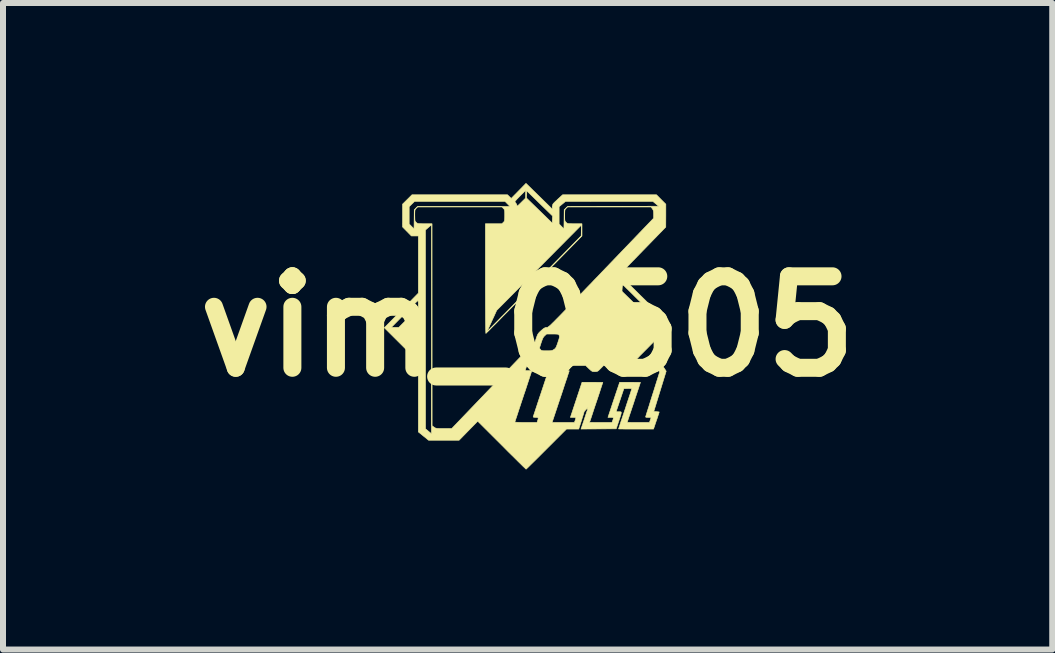
<source format=kicad_pcb>
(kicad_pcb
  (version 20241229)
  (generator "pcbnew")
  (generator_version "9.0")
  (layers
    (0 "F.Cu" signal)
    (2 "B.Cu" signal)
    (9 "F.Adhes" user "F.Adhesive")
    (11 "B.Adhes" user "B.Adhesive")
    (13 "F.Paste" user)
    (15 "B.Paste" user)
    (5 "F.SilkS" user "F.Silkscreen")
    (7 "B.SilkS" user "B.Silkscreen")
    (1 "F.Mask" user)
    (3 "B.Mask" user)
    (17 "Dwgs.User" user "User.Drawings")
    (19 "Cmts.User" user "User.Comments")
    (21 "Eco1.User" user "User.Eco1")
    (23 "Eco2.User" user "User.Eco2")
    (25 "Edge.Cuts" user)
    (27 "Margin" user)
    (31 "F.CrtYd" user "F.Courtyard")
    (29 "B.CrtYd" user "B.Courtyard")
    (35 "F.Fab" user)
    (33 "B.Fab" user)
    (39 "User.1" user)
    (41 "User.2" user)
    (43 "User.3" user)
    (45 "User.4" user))
  (footprint "vim_0505"
    (layer "F.Cu")
    (at 5.74 2.388)
    (property "Reference" "vim_0505" (at 0 0 0) (layer "F.SilkS") (effects (font (size 1.524 1.524) (thickness 0.3))))
    (attr through_hole)
    (fp_poly (pts (xy 0.411 -1.955) (xy 0.413 -1.997) (xy 0.415 -2.014) (xy 0.418 -2.028) (xy 0.425 -2.042) (xy 0.438 -2.057) (xy 0.459 -2.078) (xy 0.49 -2.106) (xy 0.5 -2.116) (xy 0.584 -2.193) (xy 2.147 -2.193) (xy 2.225 -2.114) (xy 2.303 -2.036) (xy 2.303 -1.846) (xy 2.302 -1.655) (xy 1.916 -1.258) (xy 1.53 -0.861) (xy 1.711 -0.682) (xy 1.761 -0.633) (xy 1.82 -0.575) (xy 1.885 -0.51) (xy 1.954 -0.443) (xy 2.023 -0.375) (xy 2.09 -0.309) (xy 2.137 -0.263) (xy 2.382 -0.024) (xy 2.048 0.31) (xy 1.987 0.372) (xy 1.929 0.43) (xy 1.876 0.483) (xy 1.83 0.531) (xy 1.79 0.571) (xy 1.759 0.604) (xy 1.737 0.627) (xy 1.725 0.641) (xy 1.723 0.643) (xy 1.733 0.638) (xy 1.751 0.623) (xy 1.773 0.602) (xy 1.778 0.597) (xy 1.824 0.55) (xy 2.002 0.551) (xy 2.18 0.551) (xy 2.309 0.746) (xy 2.102 1.418) (xy 2.147 1.421) (xy 2.172 1.423) (xy 2.189 1.425) (xy 2.193 1.426) (xy 2.19 1.435) (xy 2.183 1.457) (xy 2.172 1.49) (xy 2.159 1.531) (xy 2.145 1.57) (xy 2.098 1.71) (xy 1.807 1.71) (xy 1.738 1.71) (xy 1.676 1.71) (xy 1.621 1.71) (xy 1.575 1.709) (xy 1.541 1.709) (xy 1.521 1.708) (xy 1.516 1.708) (xy 1.518 1.7) (xy 1.526 1.677) (xy 1.537 1.642) (xy 1.552 1.596) (xy 1.571 1.54) (xy 1.592 1.477) (xy 1.615 1.408) (xy 1.626 1.376) (xy 1.649 1.304) (xy 1.671 1.238) (xy 1.691 1.178) (xy 1.708 1.127) (xy 1.721 1.086) (xy 1.73 1.057) (xy 1.735 1.041) (xy 1.736 1.039) (xy 1.728 1.036) (xy 1.707 1.035) (xy 1.678 1.034) (xy 1.67 1.035) (xy 1.604 1.037) (xy 1.539 1.23) (xy 1.474 1.422) (xy 1.52 1.422) (xy 1.538 1.422) (xy 1.55 1.423) (xy 1.558 1.426) (xy 1.561 1.434) (xy 1.559 1.449) (xy 1.553 1.474) (xy 1.542 1.509) (xy 1.526 1.557) (xy 1.516 1.587) (xy 1.476 1.706) (xy 1.183 1.708) (xy 0.89 1.71) (xy 0.949 1.535) (xy 0.966 1.483) (xy 0.981 1.438) (xy 0.994 1.4) (xy 1.002 1.372) (xy 1.007 1.357) (xy 1.008 1.355) (xy 1.002 1.358) (xy 0.988 1.371) (xy 0.974 1.384) (xy 0.955 1.404) (xy 0.943 1.42) (xy 0.94 1.426) (xy 0.938 1.437) (xy 0.931 1.461) (xy 0.92 1.495) (xy 0.907 1.537) (xy 0.896 1.573) (xy 0.852 1.71) (xy 0.648 1.71) (xy 0.313 2.045) (xy 0.251 2.107) (xy 0.193 2.165) (xy 0.139 2.219) (xy 0.091 2.266) (xy 0.049 2.307) (xy 0.016 2.34) (xy -0.008 2.363) (xy -0.022 2.376) (xy -0.025 2.379) (xy -0.032 2.373) (xy -0.049 2.356) (xy -0.077 2.33) (xy -0.113 2.294) (xy -0.158 2.25) (xy -0.209 2.199) (xy -0.267 2.142) (xy -0.33 2.08) (xy -0.396 2.013) (xy -0.43 1.979) (xy -0.816 1.594) (xy -0.212 1.594) (xy -0.204 1.596) (xy -0.181 1.597) (xy -0.146 1.599) (xy -0.102 1.6) (xy -0.051 1.6) (xy -0.027 1.6) (xy 0.158 1.6) (xy 0.408 1.6) (xy 0.779 1.6) (xy 0.788 1.579) (xy 0.799 1.547) (xy 0.803 1.529) (xy 0.797 1.519) (xy 0.781 1.516) (xy 0.759 1.516) (xy 0.713 1.516) (xy 0.907 0.931) (xy 1.08 0.931) (xy 1.132 0.931) (xy 1.178 0.932) (xy 1.215 0.932) (xy 1.241 0.933) (xy 1.253 0.933) (xy 1.253 0.934) (xy 1.25 0.942) (xy 1.243 0.964) (xy 1.231 1) (xy 1.216 1.046) (xy 1.198 1.102) (xy 1.177 1.165) (xy 1.154 1.234) (xy 1.143 1.266) (xy 1.119 1.337) (xy 1.097 1.403) (xy 1.078 1.462) (xy 1.061 1.513) (xy 1.048 1.553) (xy 1.038 1.581) (xy 1.033 1.596) (xy 1.033 1.598) (xy 1.041 1.599) (xy 1.064 1.599) (xy 1.098 1.6) (xy 1.143 1.6) (xy 1.194 1.6) (xy 1.219 1.6) (xy 1.406 1.6) (xy 1.414 1.579) (xy 1.425 1.547) (xy 1.429 1.529) (xy 1.424 1.519) (xy 1.408 1.516) (xy 1.386 1.516) (xy 1.339 1.516) (xy 1.436 1.223) (xy 1.534 0.931) (xy 1.707 0.931) (xy 1.759 0.931) (xy 1.805 0.932) (xy 1.842 0.932) (xy 1.867 0.933) (xy 1.879 0.933) (xy 1.88 0.934) (xy 1.877 0.942) (xy 1.87 0.964) (xy 1.858 1) (xy 1.843 1.046) (xy 1.824 1.102) (xy 1.803 1.165) (xy 1.78 1.234) (xy 1.77 1.266) (xy 1.746 1.337) (xy 1.724 1.403) (xy 1.704 1.462) (xy 1.687 1.513) (xy 1.674 1.553) (xy 1.665 1.581) (xy 1.66 1.596) (xy 1.659 1.598) (xy 1.668 1.599) (xy 1.69 1.599) (xy 1.725 1.6) (xy 1.769 1.6) (xy 1.821 1.6) (xy 1.845 1.6) (xy 2.03 1.6) (xy 2.044 1.561) (xy 2.052 1.537) (xy 2.057 1.522) (xy 2.057 1.518) (xy 2.05 1.517) (xy 2.03 1.516) (xy 2.01 1.516) (xy 1.984 1.515) (xy 1.97 1.513) (xy 1.967 1.507) (xy 1.969 1.496) (xy 1.973 1.485) (xy 1.981 1.458) (xy 1.993 1.419) (xy 2.009 1.369) (xy 2.028 1.31) (xy 2.048 1.244) (xy 2.071 1.171) (xy 2.088 1.118) (xy 2.201 0.758) (xy 2.165 0.705) (xy 2.13 0.652) (xy 1.844 0.652) (xy 1.791 0.703) (xy 1.765 0.727) (xy 1.747 0.742) (xy 1.731 0.75) (xy 1.714 0.753) (xy 1.694 0.754) (xy 1.672 0.753) (xy 1.655 0.749) (xy 1.639 0.741) (xy 1.62 0.725) (xy 1.597 0.703) (xy 1.544 0.652) (xy 1.265 0.652) (xy 1.215 0.703) (xy 1.19 0.728) (xy 1.172 0.743) (xy 1.157 0.75) (xy 1.14 0.753) (xy 1.119 0.754) (xy 1.097 0.753) (xy 1.08 0.75) (xy 1.064 0.741) (xy 1.045 0.725) (xy 1.021 0.703) (xy 0.968 0.652) (xy 0.628 0.652) (xy 0.615 0.692) (xy 0.607 0.715) (xy 0.602 0.73) (xy 0.601 0.734) (xy 0.609 0.735) (xy 0.629 0.736) (xy 0.648 0.737) (xy 0.673 0.737) (xy 0.69 0.738) (xy 0.694 0.739) (xy 0.692 0.747) (xy 0.684 0.77) (xy 0.672 0.806) (xy 0.657 0.853) (xy 0.637 0.911) (xy 0.615 0.977) (xy 0.591 1.051) (xy 0.565 1.13) (xy 0.551 1.171) (xy 0.408 1.6) (xy 0.158 1.6) (xy 0.168 1.567) (xy 0.176 1.539) (xy 0.175 1.524) (xy 0.165 1.517) (xy 0.143 1.516) (xy 0.135 1.516) (xy 0.111 1.514) (xy 0.096 1.511) (xy 0.093 1.509) (xy 0.096 1.5) (xy 0.103 1.476) (xy 0.115 1.44) (xy 0.131 1.392) (xy 0.15 1.334) (xy 0.172 1.267) (xy 0.196 1.194) (xy 0.223 1.115) (xy 0.233 1.084) (xy 0.26 1.003) (xy 0.285 0.927) (xy 0.308 0.858) (xy 0.328 0.797) (xy 0.345 0.745) (xy 0.358 0.703) (xy 0.368 0.675) (xy 0.372 0.66) (xy 0.373 0.658) (xy 0.364 0.657) (xy 0.342 0.655) (xy 0.307 0.654) (xy 0.262 0.653) (xy 0.21 0.652) (xy 0.179 0.652) (xy -0.014 0.652) (xy -0.027 0.694) (xy -0.041 0.737) (xy 0.013 0.737) (xy 0.041 0.738) (xy 0.061 0.74) (xy 0.068 0.743) (xy 0.065 0.752) (xy 0.058 0.776) (xy 0.046 0.812) (xy 0.03 0.86) (xy 0.011 0.918) (xy -0.011 0.985) (xy -0.035 1.059) (xy -0.062 1.137) (xy -0.072 1.168) (xy -0.099 1.249) (xy -0.124 1.325) (xy -0.147 1.394) (xy -0.167 1.456) (xy -0.184 1.508) (xy -0.198 1.549) (xy -0.207 1.577) (xy -0.211 1.592) (xy -0.212 1.594) (xy -0.816 1.594) (xy -0.831 1.579) (xy -1.142 1.897) (xy -1.649 1.897) (xy -1.735 1.827) (xy -1.82 1.758) (xy -1.82 0.588) (xy -2.103 0.305) (xy -2.386 0.023) (xy -2.381 0.017) (xy -2.271 0.017) (xy -2.146 0.017) (xy -1.983 -0.147) (xy -1.82 -0.31) (xy -1.82 -0.372) (xy -1.821 -0.401) (xy -1.824 -0.422) (xy -1.827 -0.43) (xy -1.827 -0.43) (xy -1.835 -0.424) (xy -1.853 -0.407) (xy -1.88 -0.38) (xy -1.914 -0.345) (xy -1.955 -0.304) (xy -2.001 -0.257) (xy -2.051 -0.207) (xy -2.053 -0.205) (xy -2.271 0.017) (xy -2.381 0.017) (xy -2.103 -0.266) (xy -1.82 -0.554) (xy -1.82 -1.507) (xy -1.936 -1.507) (xy -2.033 -1.606) (xy -1.702 -1.606) (xy -1.701 0.05) (xy -1.701 1.706) (xy -1.653 1.746) (xy -1.629 1.766) (xy -1.611 1.78) (xy -1.603 1.786) (xy -1.602 1.786) (xy -1.602 1.778) (xy -1.602 1.754) (xy -1.602 1.714) (xy -1.602 1.659) (xy -1.601 1.591) (xy -1.601 1.51) (xy -1.601 1.417) (xy -1.601 1.312) (xy -1.601 1.197) (xy -1.601 1.072) (xy -1.601 0.937) (xy -1.6 0.795) (xy -1.6 0.645) (xy -1.6 0.489) (xy -1.6 0.326) (xy -1.6 0.159) (xy -1.6 0.046) (xy -1.6 -1.694) (xy -1.651 -1.65) (xy -1.702 -1.606) (xy -2.033 -1.606) (xy -2.083 -1.657) (xy -2.083 -1.994) (xy -1.973 -1.994) (xy -1.973 -1.707) (xy -1.933 -1.666) (xy -1.892 -1.625) (xy -1.889 -1.85) (xy -1.88 -1.85) (xy -1.879 -1.809) (xy -1.878 -1.781) (xy -1.876 -1.762) (xy -1.871 -1.75) (xy -1.863 -1.74) (xy -1.856 -1.733) (xy -1.846 -1.724) (xy -1.836 -1.718) (xy -1.823 -1.714) (xy -1.804 -1.712) (xy -1.776 -1.711) (xy -1.735 -1.71) (xy -1.712 -1.71) (xy -1.592 -1.71) (xy -1.591 1.655) (xy -1.56 1.678) (xy -1.547 1.687) (xy -1.536 1.693) (xy -1.521 1.697) (xy -1.502 1.7) (xy -1.474 1.701) (xy -1.434 1.701) (xy -1.396 1.701) (xy -1.264 1.702) (xy -0.569 0.977) (xy 0.022 0.361) (xy 0.197 0.361) (xy 0.213 0.384) (xy 0.222 0.394) (xy 0.231 0.4) (xy 0.244 0.404) (xy 0.266 0.406) (xy 0.299 0.406) (xy 0.319 0.406) (xy 0.359 0.406) (xy 0.387 0.405) (xy 0.407 0.401) (xy 0.422 0.395) (xy 0.438 0.385) (xy 0.441 0.383) (xy 0.456 0.372) (xy 0.467 0.359) (xy 0.478 0.341) (xy 0.488 0.314) (xy 0.502 0.276) (xy 0.505 0.265) (xy 0.519 0.224) (xy 0.527 0.195) (xy 0.531 0.176) (xy 0.53 0.162) (xy 0.527 0.152) (xy 0.525 0.149) (xy 0.52 0.139) (xy 0.513 0.133) (xy 0.501 0.13) (xy 0.481 0.128) (xy 0.451 0.127) (xy 0.415 0.127) (xy 0.316 0.127) (xy 0.286 0.155) (xy 0.27 0.171) (xy 0.257 0.191) (xy 0.245 0.218) (xy 0.231 0.257) (xy 0.226 0.272) (xy 0.197 0.361) (xy 0.022 0.361) (xy 0.126 0.253) (xy 0.148 0.186) (xy 0.16 0.153) (xy 0.172 0.128) (xy 0.187 0.108) (xy 0.209 0.085) (xy 0.228 0.068) (xy 0.257 0.043) (xy 0.279 0.028) (xy 0.296 0.02) (xy 0.313 0.017) (xy 0.319 0.017) (xy 0.324 0.017) (xy 0.329 0.016) (xy 0.334 0.014) (xy 0.341 0.01) (xy 0.35 0.004) (xy 0.361 -0.005) (xy 0.376 -0.017) (xy 0.394 -0.034) (xy 0.416 -0.056) (xy 0.443 -0.082) (xy 0.475 -0.115) (xy 0.514 -0.154) (xy 0.558 -0.199) (xy 0.61 -0.253) (xy 0.67 -0.314) (xy 0.738 -0.385) (xy 0.814 -0.464) (xy 0.9 -0.554) (xy 0.996 -0.654) (xy 1.079 -0.739) (xy 1.413 -0.739) (xy 1.775 -0.387) (xy 2.137 -0.034) (xy 2.259 -0.034) (xy 2.05 -0.239) (xy 1.99 -0.299) (xy 1.923 -0.364) (xy 1.854 -0.432) (xy 1.785 -0.5) (xy 1.722 -0.563) (xy 1.666 -0.618) (xy 1.659 -0.624) (xy 1.477 -0.804) (xy 1.445 -0.772) (xy 1.413 -0.739) (xy 1.079 -0.739) (xy 1.103 -0.765) (xy 1.221 -0.887) (xy 1.226 -0.893) (xy 2.1 -1.803) (xy 2.1 -1.867) (xy 2.099 -1.902) (xy 2.096 -1.926) (xy 2.089 -1.943) (xy 2.078 -1.961) (xy 2.055 -1.99) (xy 0.666 -1.99) (xy 0.642 -1.967) (xy 0.631 -1.956) (xy 0.625 -1.946) (xy 0.621 -1.932) (xy 0.619 -1.91) (xy 0.618 -1.878) (xy 0.618 -1.85) (xy 0.618 -1.809) (xy 0.619 -1.781) (xy 0.622 -1.762) (xy 0.627 -1.75) (xy 0.635 -1.74) (xy 0.642 -1.733) (xy 0.652 -1.724) (xy 0.661 -1.718) (xy 0.674 -1.714) (xy 0.693 -1.712) (xy 0.722 -1.711) (xy 0.763 -1.71) (xy 0.786 -1.71) (xy 0.906 -1.71) (xy 0.906 -1.507) (xy 0.109 -0.696) (xy 0.013 -0.598) (xy -0.08 -0.504) (xy -0.169 -0.413) (xy -0.254 -0.327) (xy -0.333 -0.247) (xy -0.407 -0.173) (xy -0.473 -0.105) (xy -0.532 -0.045) (xy -0.584 0.006) (xy -0.626 0.049) (xy -0.659 0.082) (xy -0.682 0.104) (xy -0.693 0.116) (xy -0.695 0.117) (xy -0.696 0.109) (xy -0.697 0.089) (xy -0.678 0.089) (xy -0.536 -0.055) (xy -0.51 -0.081) (xy -0.474 -0.118) (xy -0.428 -0.165) (xy -0.372 -0.221) (xy -0.309 -0.285) (xy -0.239 -0.356) (xy -0.164 -0.433) (xy -0.083 -0.515) (xy 0.001 -0.601) (xy 0.088 -0.69) (xy 0.178 -0.781) (xy 0.25 -0.854) (xy 0.893 -1.509) (xy 0.895 -1.599) (xy 0.897 -1.689) (xy 0.191 -0.978) (xy -0.515 -0.267) (xy -0.558 -0.172) (xy -0.58 -0.125) (xy -0.604 -0.072) (xy -0.627 -0.022) (xy -0.639 0.005) (xy -0.678 0.089) (xy -0.697 0.089) (xy -0.697 0.085) (xy -0.698 0.046) (xy -0.699 -0.008) (xy -0.7 -0.075) (xy -0.701 -0.155) (xy -0.701 -0.248) (xy -0.702 -0.351) (xy -0.702 -0.465) (xy -0.703 -0.588) (xy -0.703 -0.72) (xy -0.703 -0.795) (xy -0.703 -1.707) (xy 0.525 -1.707) (xy 0.565 -1.666) (xy 0.605 -1.625) (xy 0.608 -1.785) (xy 0.61 -1.944) (xy 0.638 -1.971) (xy 0.665 -1.998) (xy 2.184 -2.002) (xy 2.135 -2.043) (xy 2.087 -2.083) (xy 1.359 -2.083) (xy 0.631 -2.082) (xy 0.578 -2.038) (xy 0.525 -1.994) (xy 0.525 -1.85) (xy 0.525 -1.707) (xy -0.703 -1.707) (xy -0.703 -1.71) (xy -0.428 -1.71) (xy -0.405 -1.733) (xy -0.394 -1.744) (xy -0.388 -1.754) (xy -0.384 -1.768) (xy -0.382 -1.79) (xy -0.381 -1.822) (xy -0.381 -1.85) (xy -0.381 -1.891) (xy -0.382 -1.919) (xy -0.385 -1.937) (xy -0.39 -1.95) (xy -0.398 -1.96) (xy -0.405 -1.967) (xy -0.428 -1.99) (xy -1.832 -1.99) (xy -1.856 -1.967) (xy -1.866 -1.956) (xy -1.873 -1.946) (xy -1.877 -1.932) (xy -1.879 -1.91) (xy -1.88 -1.878) (xy -1.88 -1.85) (xy -1.889 -1.85) (xy -1.888 -1.943) (xy -1.834 -1.998) (xy -0.293 -1.998) (xy -0.371 -2.078) (xy -0.212 -2.078) (xy -0.206 -2.066) (xy -0.195 -2.053) (xy -0.182 -2.033) (xy -0.178 -2.016) (xy -0.177 -2.008) (xy -0.172 -2.006) (xy -0.162 -2.012) (xy -0.145 -2.028) (xy -0.119 -2.053) (xy -0.106 -2.066) (xy -0.034 -2.137) (xy -0.034 -2.138) (xy -0.018 -2.138) (xy 0.411 -1.721) (xy 0.413 -1.78) (xy 0.416 -1.84) (xy 0.201 -2.049) (xy -0.013 -2.258) (xy -0.015 -2.198) (xy -0.018 -2.138) (xy -0.034 -2.138) (xy -0.034 -2.265) (xy -0.123 -2.176) (xy -0.154 -2.144) (xy -0.181 -2.116) (xy -0.2 -2.094) (xy -0.21 -2.081) (xy -0.212 -2.078) (xy -0.371 -2.078) (xy -0.376 -2.083) (xy -1.13 -2.083) (xy -1.883 -2.083) (xy -1.928 -2.039) (xy -1.973 -1.994) (xy -2.083 -1.994) (xy -2.083 -2.037) (xy -2.004 -2.115) (xy -1.926 -2.193) (xy -0.335 -2.193) (xy -0.304 -2.163) (xy -0.273 -2.132) (xy -0.15 -2.257) (xy -0.027 -2.383) (xy 0.411 -1.955)) (stroke (width 0.01) (type solid)) (fill yes) (layer "F.SilkS")))
  (gr_rect
    (start -3 -3)
    (end 14.481 7.772)
    (stroke (width 0.1) (type default))
    (fill no)
    (layer "Edge.Cuts")))
</source>
